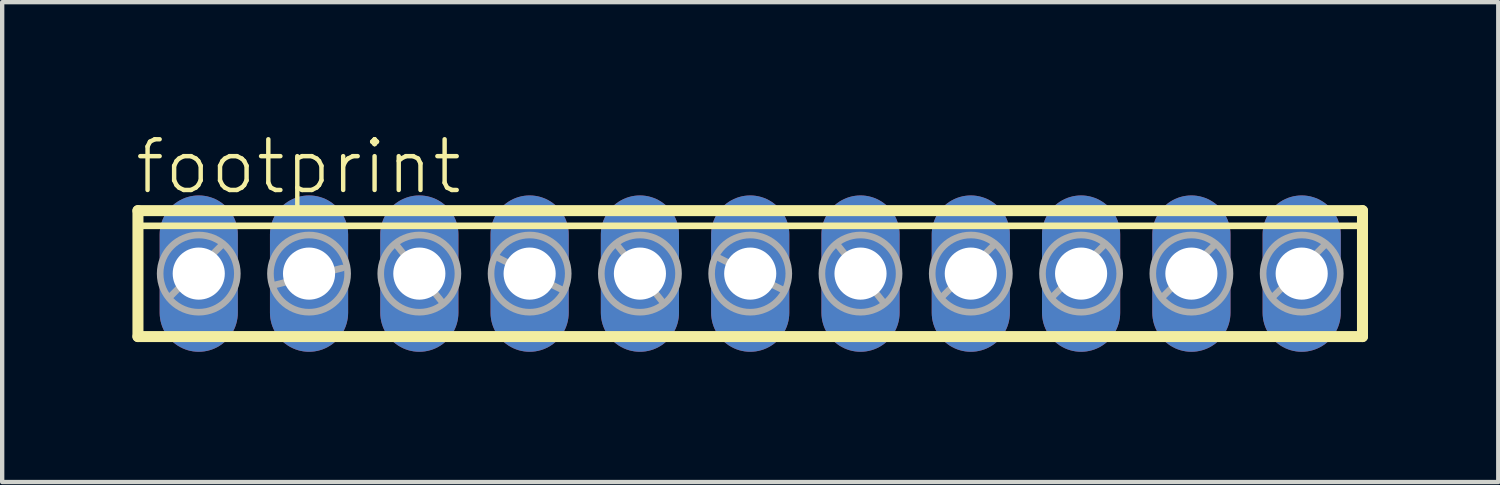
<source format=kicad_pcb>
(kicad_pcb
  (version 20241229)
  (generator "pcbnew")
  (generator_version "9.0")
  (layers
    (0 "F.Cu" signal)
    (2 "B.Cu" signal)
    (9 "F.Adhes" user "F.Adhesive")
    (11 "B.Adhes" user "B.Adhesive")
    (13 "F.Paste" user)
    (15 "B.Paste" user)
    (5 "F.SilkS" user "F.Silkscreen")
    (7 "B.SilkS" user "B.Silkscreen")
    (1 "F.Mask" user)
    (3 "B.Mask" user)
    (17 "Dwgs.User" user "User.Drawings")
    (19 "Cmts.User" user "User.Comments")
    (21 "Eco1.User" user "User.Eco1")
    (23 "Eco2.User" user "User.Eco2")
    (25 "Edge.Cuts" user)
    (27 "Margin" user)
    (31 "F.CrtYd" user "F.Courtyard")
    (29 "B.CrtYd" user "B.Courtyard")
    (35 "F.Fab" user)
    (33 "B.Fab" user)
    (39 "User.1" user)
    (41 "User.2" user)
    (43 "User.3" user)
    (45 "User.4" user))
  (footprint "footprint"
    (layer "F.Cu")
    (at 14.227 3.251)
    (property "Reference" "footprint" (at -14.224 -1.778 0) (layer "F.SilkS") (effects (font (size 1.168 1.168) (thickness 0.102)) (justify left bottom)))
    (fp_line (start -14.1 -1.45) (end -14.1 1.45) (stroke (width 0.254) (type solid)) (layer "F.SilkS"))
    (fp_line (start -14.1 1.45) (end 14.1 1.45) (stroke (width 0.254) (type solid)) (layer "F.SilkS"))
    (fp_line (start -13.99 -1.1) (end 13.99 -1.1) (stroke (width 0.152) (type solid)) (layer "F.SilkS"))
    (fp_line (start 14.1 -1.45) (end -14.1 -1.45) (stroke (width 0.254) (type solid)) (layer "F.SilkS"))
    (fp_line (start 14.1 1.45) (end 14.1 -1.45) (stroke (width 0.254) (type solid)) (layer "F.SilkS"))
    (fp_line (start -13.335 0.508) (end -12.192 -0.635) (stroke (width 0.152) (type solid)) (layer "F.Fab"))
    (fp_line (start -10.922 0.254) (end -9.398 -0.127) (stroke (width 0.152) (type solid)) (layer "F.Fab"))
    (fp_line (start -8.128 -0.635) (end -7.112 0.635) (stroke (width 0.152) (type solid)) (layer "F.Fab"))
    (fp_line (start -5.842 -0.381) (end -4.318 0.381) (stroke (width 0.152) (type solid)) (layer "F.Fab"))
    (fp_line (start -3.048 -0.635) (end -2.032 0.635) (stroke (width 0.152) (type solid)) (layer "F.Fab"))
    (fp_line (start -0.762 -0.381) (end 0.762 0.381) (stroke (width 0.152) (type solid)) (layer "F.Fab"))
    (fp_line (start 2.032 -0.635) (end 3.048 0.635) (stroke (width 0.152) (type solid)) (layer "F.Fab"))
    (fp_line (start 4.445 0.508) (end 5.588 -0.635) (stroke (width 0.152) (type solid)) (layer "F.Fab"))
    (fp_line (start 6.985 0.508) (end 8.128 -0.635) (stroke (width 0.152) (type solid)) (layer "F.Fab"))
    (fp_line (start 9.525 0.508) (end 10.668 -0.635) (stroke (width 0.152) (type solid)) (layer "F.Fab"))
    (fp_line (start 12.065 0.508) (end 13.208 -0.635) (stroke (width 0.152) (type solid)) (layer "F.Fab"))
    (fp_circle (center -12.7 0) (end -11.811 0) (stroke (width 0.152) (type solid)) (fill no) (layer "F.Fab"))
    (fp_circle (center -10.16 0) (end -9.271 0) (stroke (width 0.152) (type solid)) (fill no) (layer "F.Fab"))
    (fp_circle (center -7.62 0) (end -6.731 0) (stroke (width 0.152) (type solid)) (fill no) (layer "F.Fab"))
    (fp_circle (center -5.08 0) (end -4.191 0) (stroke (width 0.152) (type solid)) (fill no) (layer "F.Fab"))
    (fp_circle (center -2.54 0) (end -1.651 0) (stroke (width 0.152) (type solid)) (fill no) (layer "F.Fab"))
    (fp_circle (center 0 0) (end 0.889 0) (stroke (width 0.152) (type solid)) (fill no) (layer "F.Fab"))
    (fp_circle (center 2.54 0) (end 3.429 0) (stroke (width 0.152) (type solid)) (fill no) (layer "F.Fab"))
    (fp_circle (center 5.08 0) (end 5.969 0) (stroke (width 0.152) (type solid)) (fill no) (layer "F.Fab"))
    (fp_circle (center 7.62 0) (end 8.509 0) (stroke (width 0.152) (type solid)) (fill no) (layer "F.Fab"))
    (fp_circle (center 10.16 0) (end 11.049 0) (stroke (width 0.152) (type solid)) (fill no) (layer "F.Fab"))
    (fp_circle (center 12.7 0) (end 13.589 0) (stroke (width 0.152) (type solid)) (fill no) (layer "F.Fab"))
    (pad "1" thru_hole oval (at -12.7 0 90) (size 3.6 1.8) (drill 1.2) (layers "*.Cu" "*.Mask"))
    (pad "2" thru_hole oval (at -10.16 0 90) (size 3.6 1.8) (drill 1.2) (layers "*.Cu" "*.Mask"))
    (pad "3" thru_hole oval (at -7.62 0 90) (size 3.6 1.8) (drill 1.2) (layers "*.Cu" "*.Mask"))
    (pad "4" thru_hole oval (at -5.08 0 90) (size 3.6 1.8) (drill 1.2) (layers "*.Cu" "*.Mask"))
    (pad "5" thru_hole oval (at -2.54 0 90) (size 3.6 1.8) (drill 1.2) (layers "*.Cu" "*.Mask"))
    (pad "6" thru_hole oval (at 0 0 90) (size 3.6 1.8) (drill 1.2) (layers "*.Cu" "*.Mask"))
    (pad "7" thru_hole oval (at 2.54 0 90) (size 3.6 1.8) (drill 1.2) (layers "*.Cu" "*.Mask"))
    (pad "8" thru_hole oval (at 5.08 0 90) (size 3.6 1.8) (drill 1.2) (layers "*.Cu" "*.Mask"))
    (pad "9" thru_hole oval (at 7.62 0 90) (size 3.6 1.8) (drill 1.2) (layers "*.Cu" "*.Mask"))
    (pad "10" thru_hole oval (at 10.16 0 90) (size 3.6 1.8) (drill 1.2) (layers "*.Cu" "*.Mask"))
    (pad "11" thru_hole oval (at 12.7 0 90) (size 3.6 1.8) (drill 1.2) (layers "*.Cu" "*.Mask")))
  (gr_rect
    (start -3 -3)
    (end 31.454 8.051)
    (stroke (width 0.1) (type default))
    (fill no)
    (layer "Edge.Cuts")))
</source>
